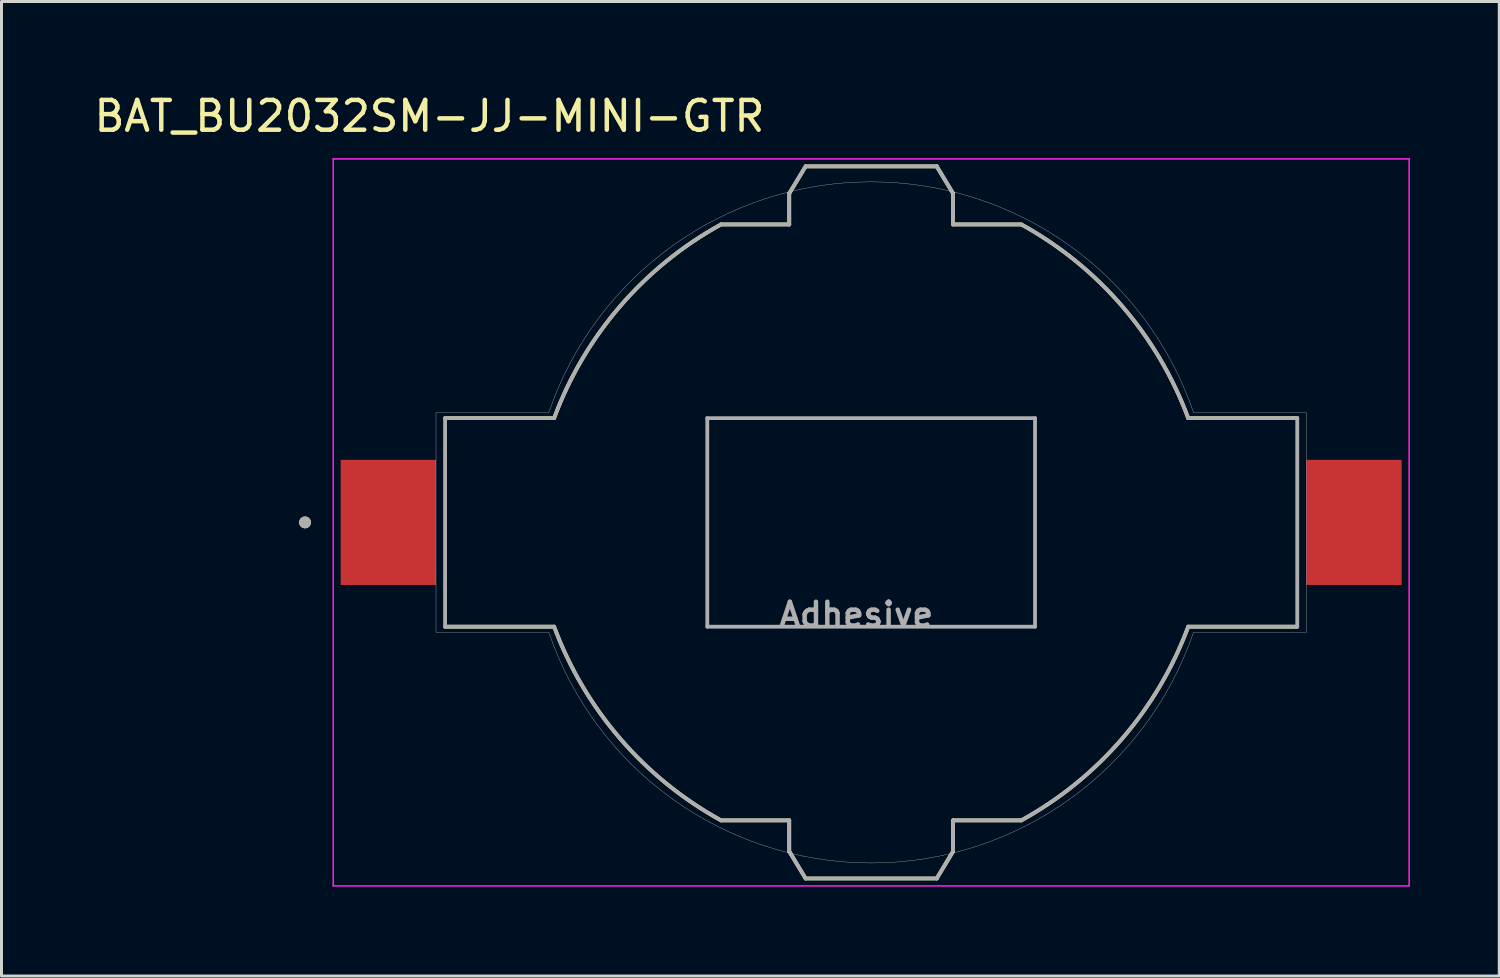
<source format=kicad_pcb>
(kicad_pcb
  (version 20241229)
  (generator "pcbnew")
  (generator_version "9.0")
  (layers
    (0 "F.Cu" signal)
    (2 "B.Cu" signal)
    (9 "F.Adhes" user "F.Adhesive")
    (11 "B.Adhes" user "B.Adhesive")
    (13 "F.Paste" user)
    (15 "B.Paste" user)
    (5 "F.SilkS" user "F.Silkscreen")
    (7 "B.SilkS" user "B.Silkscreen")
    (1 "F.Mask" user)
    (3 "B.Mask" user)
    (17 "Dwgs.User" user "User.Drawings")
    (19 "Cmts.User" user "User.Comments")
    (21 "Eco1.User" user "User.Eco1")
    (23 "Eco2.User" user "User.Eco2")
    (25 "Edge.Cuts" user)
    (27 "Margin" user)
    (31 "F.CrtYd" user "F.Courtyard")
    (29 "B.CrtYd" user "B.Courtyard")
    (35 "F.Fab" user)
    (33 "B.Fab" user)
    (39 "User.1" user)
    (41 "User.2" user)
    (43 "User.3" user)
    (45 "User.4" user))
  (footprint "BAT_BU2032SM-JJ-MINI-GTR"
    (layer "F.Cu")
    (at 26.188 14.483)
    (property "Reference" "BAT_BU2032SM-JJ-MINI-GTR" (at -14.825 -13.635 0) (layer "F.SilkS") (effects (font (size 1 1) (thickness 0.15))))
    (attr through_hole)
    (fp_line (start -14.3 3.5) (end -10.64 3.5) (stroke (width 0.127) (type solid)) (layer "F.SilkS"))
    (fp_line (start -10.64 -3.5) (end -14.3 -3.5) (stroke (width 0.127) (type solid)) (layer "F.SilkS"))
    (fp_line (start -5.04 -10) (end -2.75 -10) (stroke (width 0.127) (type solid)) (layer "F.SilkS"))
    (fp_line (start -2.75 -11.04) (end -2.2 -11.95) (stroke (width 0.127) (type solid)) (layer "F.SilkS"))
    (fp_line (start -2.75 -10) (end -2.75 -11.04) (stroke (width 0.127) (type solid)) (layer "F.SilkS"))
    (fp_line (start -2.75 10) (end -5.04 10) (stroke (width 0.127) (type solid)) (layer "F.SilkS"))
    (fp_line (start -2.75 11.04) (end -2.75 10) (stroke (width 0.127) (type solid)) (layer "F.SilkS"))
    (fp_line (start -2.2 -11.95) (end 2.2 -11.95) (stroke (width 0.127) (type solid)) (layer "F.SilkS"))
    (fp_line (start -2.2 11.95) (end -2.75 11.04) (stroke (width 0.127) (type solid)) (layer "F.SilkS"))
    (fp_line (start 2.2 -11.95) (end 2.75 -11.04) (stroke (width 0.127) (type solid)) (layer "F.SilkS"))
    (fp_line (start 2.2 11.95) (end -2.2 11.95) (stroke (width 0.127) (type solid)) (layer "F.SilkS"))
    (fp_line (start 2.75 -11.04) (end 2.75 -10) (stroke (width 0.127) (type solid)) (layer "F.SilkS"))
    (fp_line (start 2.75 -10) (end 5.04 -10) (stroke (width 0.127) (type solid)) (layer "F.SilkS"))
    (fp_line (start 2.75 10) (end 2.75 11.04) (stroke (width 0.127) (type solid)) (layer "F.SilkS"))
    (fp_line (start 2.75 11.04) (end 2.2 11.95) (stroke (width 0.127) (type solid)) (layer "F.SilkS"))
    (fp_line (start 5.04 10) (end 2.75 10) (stroke (width 0.127) (type solid)) (layer "F.SilkS"))
    (fp_line (start 10.64 3.5) (end 14.3 3.5) (stroke (width 0.127) (type solid)) (layer "F.SilkS"))
    (fp_line (start 14.3 -3.5) (end 10.64 -3.5) (stroke (width 0.127) (type solid)) (layer "F.SilkS"))
    (fp_arc (start -10.64 -3.5) (mid -8.425939 -7.254809) (end -5.04 -10) (stroke (width 0.127) (type solid)) (layer "F.SilkS"))
    (fp_arc (start -5.04 10) (mid -8.425939 7.254809) (end -10.64 3.5) (stroke (width 0.127) (type solid)) (layer "F.SilkS"))
    (fp_arc (start 5.04 -10) (mid 8.425939 -7.254809) (end 10.64 -3.5) (stroke (width 0.127) (type solid)) (layer "F.SilkS"))
    (fp_arc (start 10.64 3.5) (mid 8.425939 7.254809) (end 5.04 10) (stroke (width 0.127) (type solid)) (layer "F.SilkS"))
    (fp_circle (center -19 0) (end -18.9 0) (stroke (width 0.2) (type solid)) (fill no) (layer "F.SilkS"))
    (fp_line (start -14.605 -3.685) (end -14.605 3.685) (stroke (width 0.01) (type solid)) (layer "Edge.Cuts"))
    (fp_line (start -14.605 3.685) (end -10.82 3.685) (stroke (width 0.01) (type solid)) (layer "Edge.Cuts"))
    (fp_line (start -10.82 -3.685) (end -14.605 -3.685) (stroke (width 0.01) (type solid)) (layer "Edge.Cuts"))
    (fp_line (start 10.82 3.685) (end 14.605 3.685) (stroke (width 0.01) (type solid)) (layer "Edge.Cuts"))
    (fp_line (start 14.605 -3.685) (end 10.82 -3.685) (stroke (width 0.01) (type solid)) (layer "Edge.Cuts"))
    (fp_line (start 14.605 3.685) (end 14.605 -3.685) (stroke (width 0.01) (type solid)) (layer "Edge.Cuts"))
    (fp_arc (start -10.82 -3.685) (mid -6.653137 -9.294201) (end 0 -11.43) (stroke (width 0.01) (type solid)) (layer "Edge.Cuts"))
    (fp_arc (start 0 -11.43) (mid 6.653137 -9.294201) (end 10.82 -3.685) (stroke (width 0.01) (type solid)) (layer "Edge.Cuts"))
    (fp_arc (start 0 11.43) (mid -6.653137 9.294201) (end -10.82 3.685) (stroke (width 0.01) (type solid)) (layer "Edge.Cuts"))
    (fp_arc (start 10.82 3.685) (mid 6.653137 9.294201) (end 0 11.43) (stroke (width 0.01) (type solid)) (layer "Edge.Cuts"))
    (fp_line (start -18.055 -12.2) (end -18.055 12.2) (stroke (width 0.05) (type solid)) (layer "F.CrtYd"))
    (fp_line (start -18.055 12.2) (end 18.055 12.2) (stroke (width 0.05) (type solid)) (layer "F.CrtYd"))
    (fp_line (start 18.055 -12.2) (end -18.055 -12.2) (stroke (width 0.05) (type solid)) (layer "F.CrtYd"))
    (fp_line (start 18.055 12.2) (end 18.055 -12.2) (stroke (width 0.05) (type solid)) (layer "F.CrtYd"))
    (fp_line (start -14.3 -3.5) (end -14.3 3.5) (stroke (width 0.127) (type solid)) (layer "F.Fab"))
    (fp_line (start -14.3 3.5) (end -10.64 3.5) (stroke (width 0.127) (type solid)) (layer "F.Fab"))
    (fp_line (start -10.64 -3.5) (end -14.3 -3.5) (stroke (width 0.127) (type solid)) (layer "F.Fab"))
    (fp_line (start -5.5 -3.5) (end -5.5 3.5) (stroke (width 0.127) (type solid)) (layer "F.Fab"))
    (fp_line (start -5.5 3.5) (end 5.5 3.5) (stroke (width 0.127) (type solid)) (layer "F.Fab"))
    (fp_line (start -5.04 -10) (end -2.75 -10) (stroke (width 0.127) (type solid)) (layer "F.Fab"))
    (fp_line (start -2.75 -11.04) (end -2.2 -11.95) (stroke (width 0.127) (type solid)) (layer "F.Fab"))
    (fp_line (start -2.75 -10) (end -2.75 -11.04) (stroke (width 0.127) (type solid)) (layer "F.Fab"))
    (fp_line (start -2.75 10) (end -5.04 10) (stroke (width 0.127) (type solid)) (layer "F.Fab"))
    (fp_line (start -2.75 11.04) (end -2.75 10) (stroke (width 0.127) (type solid)) (layer "F.Fab"))
    (fp_line (start -2.2 -11.95) (end 2.2 -11.95) (stroke (width 0.127) (type solid)) (layer "F.Fab"))
    (fp_line (start -2.2 11.95) (end -2.75 11.04) (stroke (width 0.127) (type solid)) (layer "F.Fab"))
    (fp_line (start 2.2 -11.95) (end 2.75 -11.04) (stroke (width 0.127) (type solid)) (layer "F.Fab"))
    (fp_line (start 2.2 11.95) (end -2.2 11.95) (stroke (width 0.127) (type solid)) (layer "F.Fab"))
    (fp_line (start 2.75 -11.04) (end 2.75 -10) (stroke (width 0.127) (type solid)) (layer "F.Fab"))
    (fp_line (start 2.75 -10) (end 5.04 -10) (stroke (width 0.127) (type solid)) (layer "F.Fab"))
    (fp_line (start 2.75 10) (end 2.75 11.04) (stroke (width 0.127) (type solid)) (layer "F.Fab"))
    (fp_line (start 2.75 11.04) (end 2.2 11.95) (stroke (width 0.127) (type solid)) (layer "F.Fab"))
    (fp_line (start 5.04 10) (end 2.75 10) (stroke (width 0.127) (type solid)) (layer "F.Fab"))
    (fp_line (start 5.5 -3.5) (end -5.5 -3.5) (stroke (width 0.127) (type solid)) (layer "F.Fab"))
    (fp_line (start 5.5 3.5) (end 5.5 -3.5) (stroke (width 0.127) (type solid)) (layer "F.Fab"))
    (fp_line (start 10.64 3.5) (end 14.3 3.5) (stroke (width 0.127) (type solid)) (layer "F.Fab"))
    (fp_line (start 14.3 -3.5) (end 10.64 -3.5) (stroke (width 0.127) (type solid)) (layer "F.Fab"))
    (fp_line (start 14.3 3.5) (end 14.3 -3.5) (stroke (width 0.127) (type solid)) (layer "F.Fab"))
    (fp_arc (start -10.64 -3.5) (mid -8.425939 -7.254809) (end -5.04 -10) (stroke (width 0.127) (type solid)) (layer "F.Fab"))
    (fp_arc (start -5.04 10) (mid -8.425939 7.254809) (end -10.64 3.5) (stroke (width 0.127) (type solid)) (layer "F.Fab"))
    (fp_arc (start 5.04 -10) (mid 8.425939 -7.254809) (end 10.64 -3.5) (stroke (width 0.127) (type solid)) (layer "F.Fab"))
    (fp_arc (start 10.64 3.5) (mid 8.425939 7.254809) (end 5.04 10) (stroke (width 0.127) (type solid)) (layer "F.Fab"))
    (fp_circle (center -19 0) (end -18.9 0) (stroke (width 0.2) (type solid)) (fill no) (layer "F.Fab"))
    (fp_text user "Adhesive" (at -0.5 3.1 0) (layer "F.Fab") (effects (font (size 0.8 0.8) (thickness 0.15))))
    (pad "+" smd rect (at -16.205 0) (size 3.2 4.2) (layers "F.Cu" "F.Mask" "F.Paste"))
    (pad "-" smd rect (at 16.205 0 180) (size 3.2 4.2) (layers "F.Cu" "F.Mask" "F.Paste")))
  (gr_rect
    (start -3 -3)
    (end 47.268 29.708)
    (stroke (width 0.1) (type default))
    (fill no)
    (layer "Edge.Cuts")))
</source>
